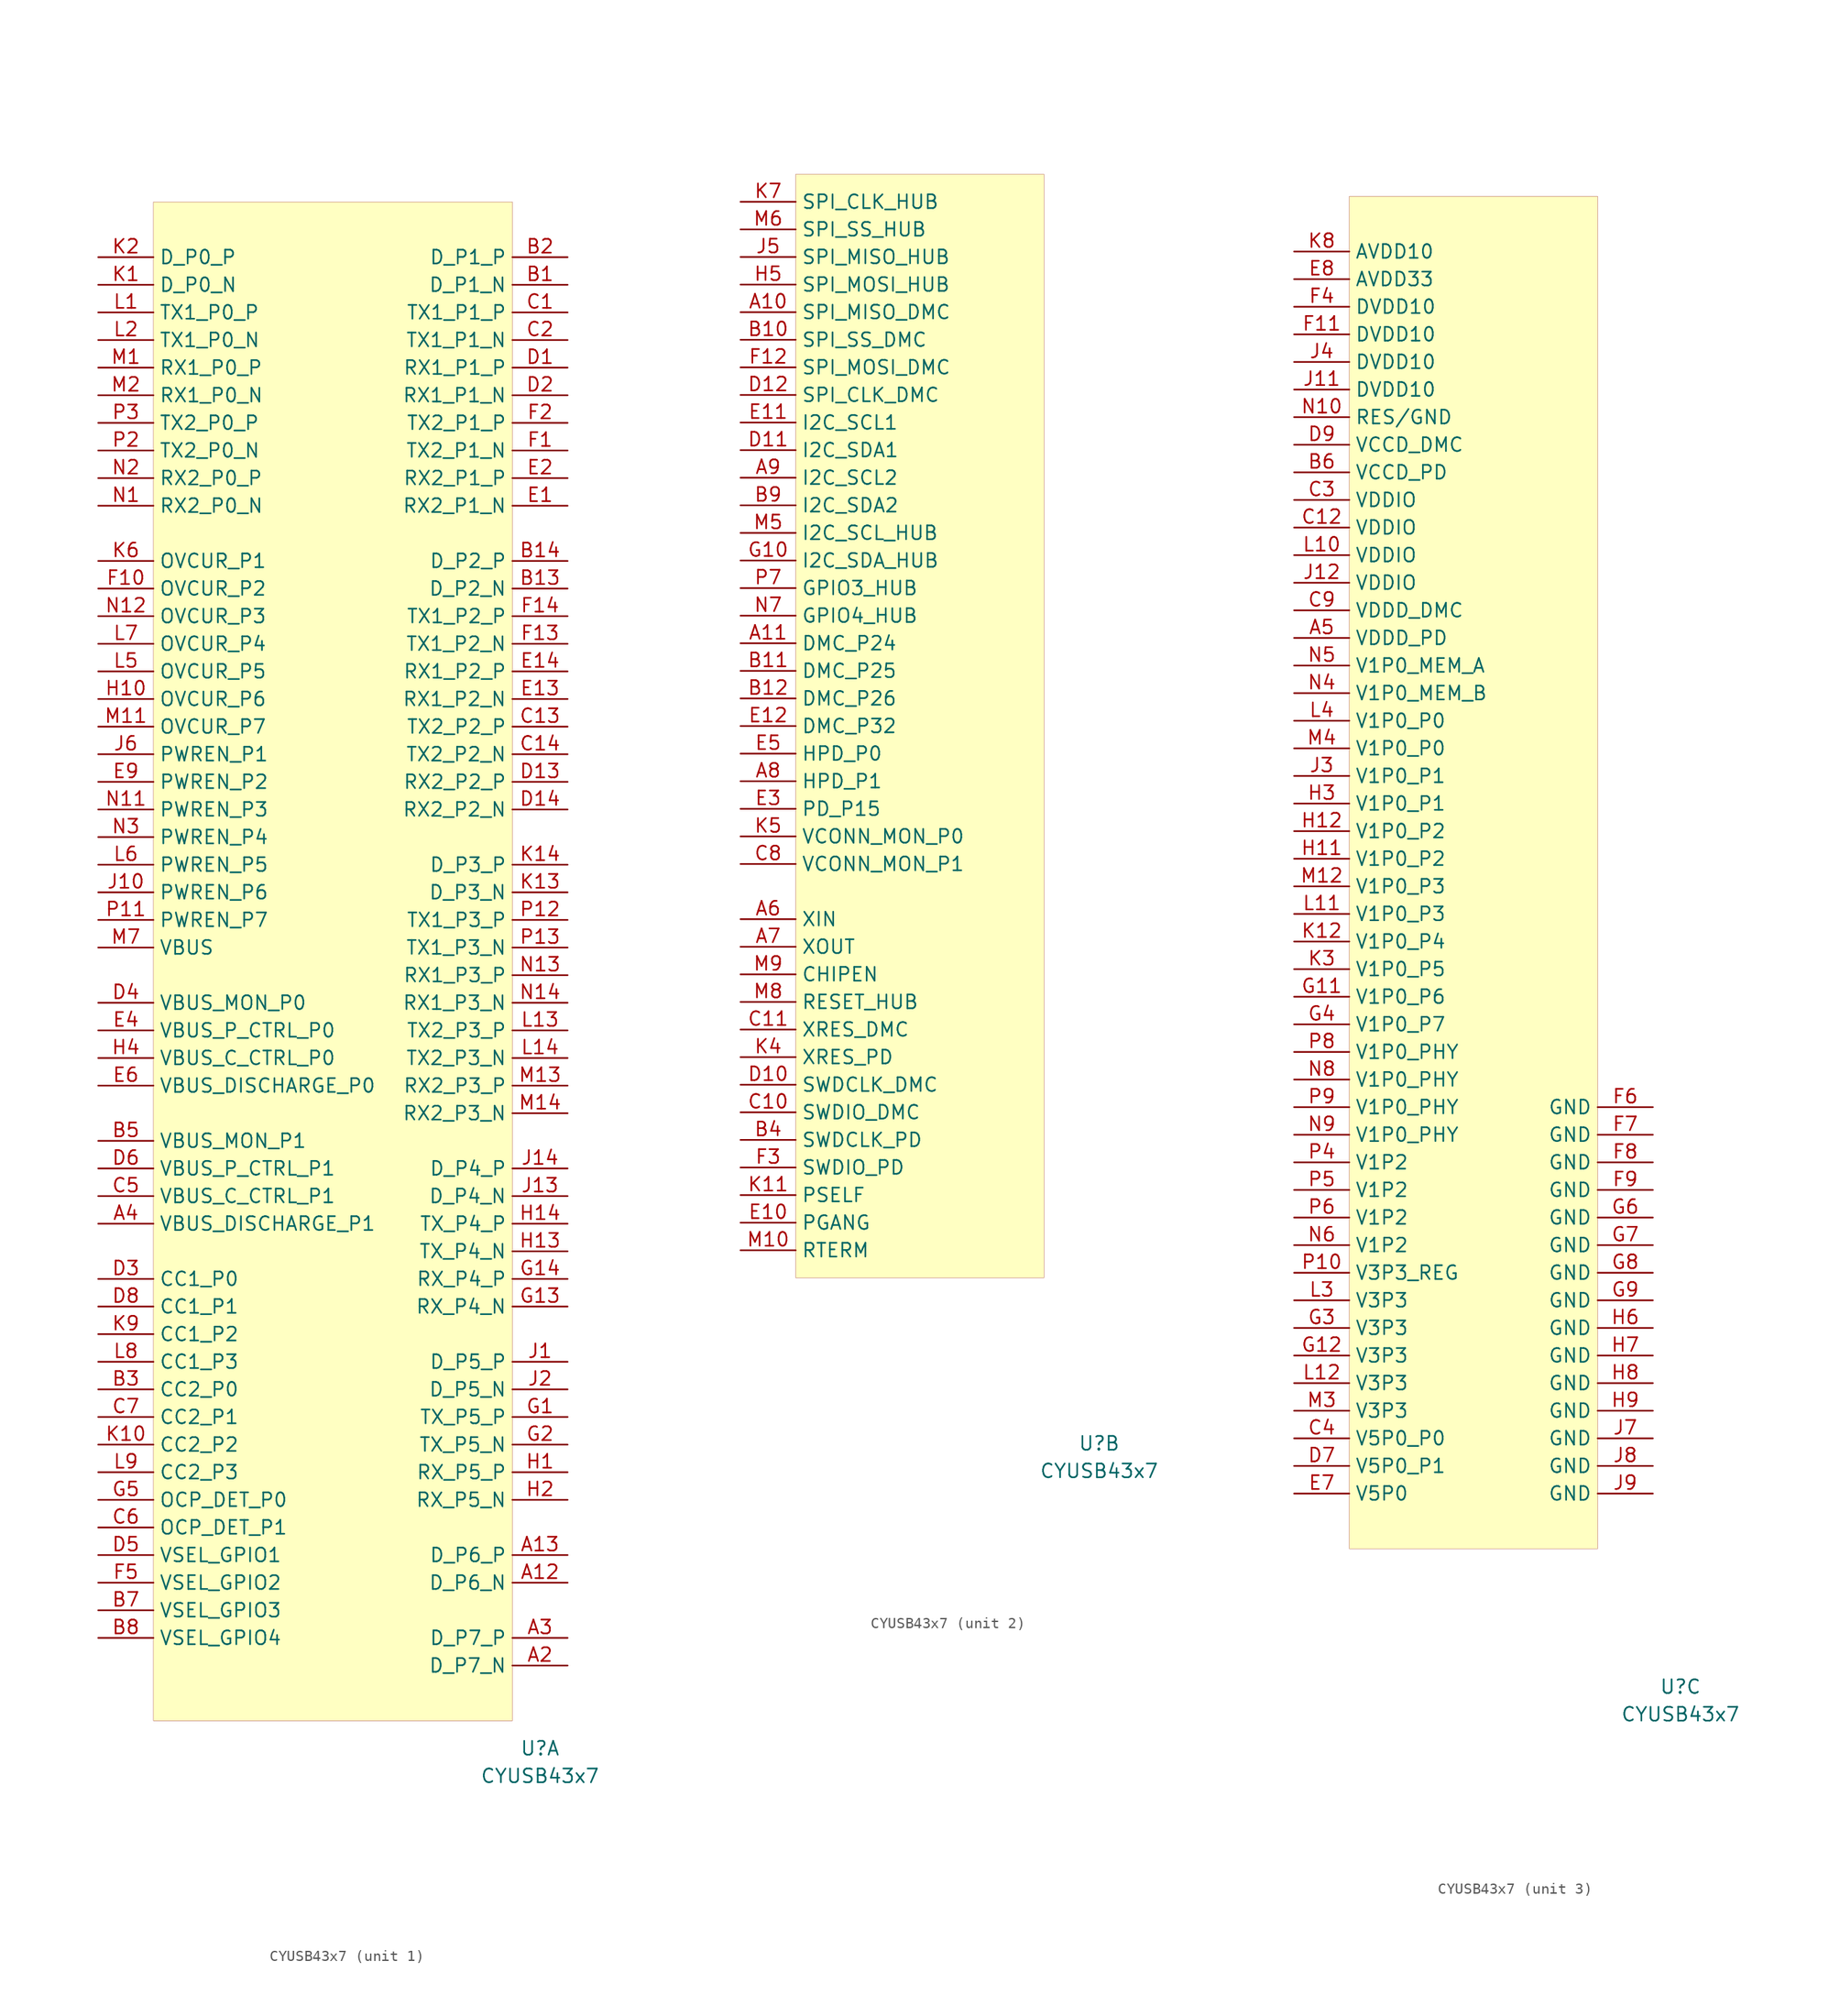
<source format=kicad_sym>
(kicad_symbol_lib
  (version 20210619)
  (generator kicad_symbol_editor)
  (symbol "usb_controller:CYUSB43x7"
    (property "Reference" "U"
      (at 17.78 -71.12 0)
      (effects (font (size 1.27 1.27))))
    (property "Value" "CYUSB43x7"
      (at 17.78 -73.66 0)
      (effects (font (size 1.27 1.27))))
    (property "ki_locked" ""
      (at 0 0 0)
      (effects (font (size 1.27 1.27))))
    (symbol "CYUSB43x7_1_1"
      (rectangle (start -17.78 71.12) (end 15.24 -68.58) (stroke (width 0.001)) (fill (type background)))
      (pin input line (at 20.32 -55.88 180) (length 5.08) (name "D_P6_N" (effects (font (size 1.27 1.27)))) (number "A12" (effects (font (size 1.27 1.27)))))
      (pin input line (at 20.32 -53.34 180) (length 5.08) (name "D_P6_P" (effects (font (size 1.27 1.27)))) (number "A13" (effects (font (size 1.27 1.27)))))
      (pin input line (at 20.32 -63.5 180) (length 5.08) (name "D_P7_N" (effects (font (size 1.27 1.27)))) (number "A2" (effects (font (size 1.27 1.27)))))
      (pin input line (at 20.32 -60.96 180) (length 5.08) (name "D_P7_P" (effects (font (size 1.27 1.27)))) (number "A3" (effects (font (size 1.27 1.27)))))
      (pin input line (at -22.86 -22.86 0) (length 5.08) (name "VBUS_DISCHARGE_P1" (effects (font (size 1.27 1.27)))) (number "A4" (effects (font (size 1.27 1.27)))))
      (pin input line (at 20.32 63.5 180) (length 5.08) (name "D_P1_N" (effects (font (size 1.27 1.27)))) (number "B1" (effects (font (size 1.27 1.27)))))
      (pin input line (at 20.32 35.56 180) (length 5.08) (name "D_P2_N" (effects (font (size 1.27 1.27)))) (number "B13" (effects (font (size 1.27 1.27)))))
      (pin input line (at 20.32 38.1 180) (length 5.08) (name "D_P2_P" (effects (font (size 1.27 1.27)))) (number "B14" (effects (font (size 1.27 1.27)))))
      (pin input line (at 20.32 66.04 180) (length 5.08) (name "D_P1_P" (effects (font (size 1.27 1.27)))) (number "B2" (effects (font (size 1.27 1.27)))))
      (pin input line (at -22.86 -38.1 0) (length 5.08) (name "CC2_P0" (effects (font (size 1.27 1.27)))) (number "B3" (effects (font (size 1.27 1.27)))))
      (pin input line (at -22.86 -15.24 0) (length 5.08) (name "VBUS_MON_P1" (effects (font (size 1.27 1.27)))) (number "B5" (effects (font (size 1.27 1.27)))))
      (pin input line (at -22.86 -58.42 0) (length 5.08) (name "VSEL_GPIO3" (effects (font (size 1.27 1.27)))) (number "B7" (effects (font (size 1.27 1.27)))))
      (pin input line (at -22.86 -60.96 0) (length 5.08) (name "VSEL_GPIO4" (effects (font (size 1.27 1.27)))) (number "B8" (effects (font (size 1.27 1.27)))))
      (pin input line (at 20.32 60.96 180) (length 5.08) (name "TX1_P1_P" (effects (font (size 1.27 1.27)))) (number "C1" (effects (font (size 1.27 1.27)))))
      (pin input line (at 20.32 22.86 180) (length 5.08) (name "TX2_P2_P" (effects (font (size 1.27 1.27)))) (number "C13" (effects (font (size 1.27 1.27)))))
      (pin input line (at 20.32 20.32 180) (length 5.08) (name "TX2_P2_N" (effects (font (size 1.27 1.27)))) (number "C14" (effects (font (size 1.27 1.27)))))
      (pin input line (at 20.32 58.42 180) (length 5.08) (name "TX1_P1_N" (effects (font (size 1.27 1.27)))) (number "C2" (effects (font (size 1.27 1.27)))))
      (pin input line (at -22.86 -20.32 0) (length 5.08) (name "VBUS_C_CTRL_P1" (effects (font (size 1.27 1.27)))) (number "C5" (effects (font (size 1.27 1.27)))))
      (pin input line (at -22.86 -50.8 0) (length 5.08) (name "OCP_DET_P1" (effects (font (size 1.27 1.27)))) (number "C6" (effects (font (size 1.27 1.27)))))
      (pin input line (at -22.86 -40.64 0) (length 5.08) (name "CC2_P1" (effects (font (size 1.27 1.27)))) (number "C7" (effects (font (size 1.27 1.27)))))
      (pin input line (at 20.32 55.88 180) (length 5.08) (name "RX1_P1_P" (effects (font (size 1.27 1.27)))) (number "D1" (effects (font (size 1.27 1.27)))))
      (pin input line (at 20.32 17.78 180) (length 5.08) (name "RX2_P2_P" (effects (font (size 1.27 1.27)))) (number "D13" (effects (font (size 1.27 1.27)))))
      (pin input line (at 20.32 15.24 180) (length 5.08) (name "RX2_P2_N" (effects (font (size 1.27 1.27)))) (number "D14" (effects (font (size 1.27 1.27)))))
      (pin input line (at 20.32 53.34 180) (length 5.08) (name "RX1_P1_N" (effects (font (size 1.27 1.27)))) (number "D2" (effects (font (size 1.27 1.27)))))
      (pin input line (at -22.86 -27.94 0) (length 5.08) (name "CC1_P0" (effects (font (size 1.27 1.27)))) (number "D3" (effects (font (size 1.27 1.27)))))
      (pin input line (at -22.86 -2.54 0) (length 5.08) (name "VBUS_MON_P0" (effects (font (size 1.27 1.27)))) (number "D4" (effects (font (size 1.27 1.27)))))
      (pin input line (at -22.86 -53.34 0) (length 5.08) (name "VSEL_GPIO1" (effects (font (size 1.27 1.27)))) (number "D5" (effects (font (size 1.27 1.27)))))
      (pin input line (at -22.86 -17.78 0) (length 5.08) (name "VBUS_P_CTRL_P1" (effects (font (size 1.27 1.27)))) (number "D6" (effects (font (size 1.27 1.27)))))
      (pin input line (at -22.86 -30.48 0) (length 5.08) (name "CC1_P1" (effects (font (size 1.27 1.27)))) (number "D8" (effects (font (size 1.27 1.27)))))
      (pin input line (at 20.32 43.18 180) (length 5.08) (name "RX2_P1_N" (effects (font (size 1.27 1.27)))) (number "E1" (effects (font (size 1.27 1.27)))))
      (pin input line (at 20.32 25.4 180) (length 5.08) (name "RX1_P2_N" (effects (font (size 1.27 1.27)))) (number "E13" (effects (font (size 1.27 1.27)))))
      (pin input line (at 20.32 27.94 180) (length 5.08) (name "RX1_P2_P" (effects (font (size 1.27 1.27)))) (number "E14" (effects (font (size 1.27 1.27)))))
      (pin input line (at 20.32 45.72 180) (length 5.08) (name "RX2_P1_P" (effects (font (size 1.27 1.27)))) (number "E2" (effects (font (size 1.27 1.27)))))
      (pin input line (at -22.86 -5.08 0) (length 5.08) (name "VBUS_P_CTRL_P0" (effects (font (size 1.27 1.27)))) (number "E4" (effects (font (size 1.27 1.27)))))
      (pin input line (at -22.86 -10.16 0) (length 5.08) (name "VBUS_DISCHARGE_P0" (effects (font (size 1.27 1.27)))) (number "E6" (effects (font (size 1.27 1.27)))))
      (pin input line (at -22.86 17.78 0) (length 5.08) (name "PWREN_P2" (effects (font (size 1.27 1.27)))) (number "E9" (effects (font (size 1.27 1.27)))))
      (pin input line (at 20.32 48.26 180) (length 5.08) (name "TX2_P1_N" (effects (font (size 1.27 1.27)))) (number "F1" (effects (font (size 1.27 1.27)))))
      (pin input line (at -22.86 35.56 0) (length 5.08) (name "OVCUR_P2" (effects (font (size 1.27 1.27)))) (number "F10" (effects (font (size 1.27 1.27)))))
      (pin input line (at 20.32 30.48 180) (length 5.08) (name "TX1_P2_N" (effects (font (size 1.27 1.27)))) (number "F13" (effects (font (size 1.27 1.27)))))
      (pin input line (at 20.32 33.02 180) (length 5.08) (name "TX1_P2_P" (effects (font (size 1.27 1.27)))) (number "F14" (effects (font (size 1.27 1.27)))))
      (pin input line (at 20.32 50.8 180) (length 5.08) (name "TX2_P1_P" (effects (font (size 1.27 1.27)))) (number "F2" (effects (font (size 1.27 1.27)))))
      (pin input line (at -22.86 -55.88 0) (length 5.08) (name "VSEL_GPIO2" (effects (font (size 1.27 1.27)))) (number "F5" (effects (font (size 1.27 1.27)))))
      (pin input line (at 20.32 -40.64 180) (length 5.08) (name "TX_P5_P" (effects (font (size 1.27 1.27)))) (number "G1" (effects (font (size 1.27 1.27)))))
      (pin input line (at 20.32 -30.48 180) (length 5.08) (name "RX_P4_N" (effects (font (size 1.27 1.27)))) (number "G13" (effects (font (size 1.27 1.27)))))
      (pin input line (at 20.32 -27.94 180) (length 5.08) (name "RX_P4_P" (effects (font (size 1.27 1.27)))) (number "G14" (effects (font (size 1.27 1.27)))))
      (pin input line (at 20.32 -43.18 180) (length 5.08) (name "TX_P5_N" (effects (font (size 1.27 1.27)))) (number "G2" (effects (font (size 1.27 1.27)))))
      (pin input line (at -22.86 -48.26 0) (length 5.08) (name "OCP_DET_P0" (effects (font (size 1.27 1.27)))) (number "G5" (effects (font (size 1.27 1.27)))))
      (pin input line (at 20.32 -45.72 180) (length 5.08) (name "RX_P5_P" (effects (font (size 1.27 1.27)))) (number "H1" (effects (font (size 1.27 1.27)))))
      (pin input line (at -22.86 25.4 0) (length 5.08) (name "OVCUR_P6" (effects (font (size 1.27 1.27)))) (number "H10" (effects (font (size 1.27 1.27)))))
      (pin input line (at 20.32 -25.4 180) (length 5.08) (name "TX_P4_N" (effects (font (size 1.27 1.27)))) (number "H13" (effects (font (size 1.27 1.27)))))
      (pin input line (at 20.32 -22.86 180) (length 5.08) (name "TX_P4_P" (effects (font (size 1.27 1.27)))) (number "H14" (effects (font (size 1.27 1.27)))))
      (pin input line (at 20.32 -48.26 180) (length 5.08) (name "RX_P5_N" (effects (font (size 1.27 1.27)))) (number "H2" (effects (font (size 1.27 1.27)))))
      (pin input line (at -22.86 -7.62 0) (length 5.08) (name "VBUS_C_CTRL_P0" (effects (font (size 1.27 1.27)))) (number "H4" (effects (font (size 1.27 1.27)))))
      (pin input line (at 20.32 -35.56 180) (length 5.08) (name "D_P5_P" (effects (font (size 1.27 1.27)))) (number "J1" (effects (font (size 1.27 1.27)))))
      (pin input line (at -22.86 7.62 0) (length 5.08) (name "PWREN_P6" (effects (font (size 1.27 1.27)))) (number "J10" (effects (font (size 1.27 1.27)))))
      (pin input line (at 20.32 -20.32 180) (length 5.08) (name "D_P4_N" (effects (font (size 1.27 1.27)))) (number "J13" (effects (font (size 1.27 1.27)))))
      (pin input line (at 20.32 -17.78 180) (length 5.08) (name "D_P4_P" (effects (font (size 1.27 1.27)))) (number "J14" (effects (font (size 1.27 1.27)))))
      (pin input line (at 20.32 -38.1 180) (length 5.08) (name "D_P5_N" (effects (font (size 1.27 1.27)))) (number "J2" (effects (font (size 1.27 1.27)))))
      (pin input line (at -22.86 20.32 0) (length 5.08) (name "PWREN_P1" (effects (font (size 1.27 1.27)))) (number "J6" (effects (font (size 1.27 1.27)))))
      (pin input line (at -22.86 63.5 0) (length 5.08) (name "D_P0_N" (effects (font (size 1.27 1.27)))) (number "K1" (effects (font (size 1.27 1.27)))))
      (pin input line (at -22.86 -43.18 0) (length 5.08) (name "CC2_P2" (effects (font (size 1.27 1.27)))) (number "K10" (effects (font (size 1.27 1.27)))))
      (pin input line (at 20.32 7.62 180) (length 5.08) (name "D_P3_N" (effects (font (size 1.27 1.27)))) (number "K13" (effects (font (size 1.27 1.27)))))
      (pin input line (at 20.32 10.16 180) (length 5.08) (name "D_P3_P" (effects (font (size 1.27 1.27)))) (number "K14" (effects (font (size 1.27 1.27)))))
      (pin input line (at -22.86 66.04 0) (length 5.08) (name "D_P0_P" (effects (font (size 1.27 1.27)))) (number "K2" (effects (font (size 1.27 1.27)))))
      (pin input line (at -22.86 38.1 0) (length 5.08) (name "OVCUR_P1" (effects (font (size 1.27 1.27)))) (number "K6" (effects (font (size 1.27 1.27)))))
      (pin input line (at -22.86 -33.02 0) (length 5.08) (name "CC1_P2" (effects (font (size 1.27 1.27)))) (number "K9" (effects (font (size 1.27 1.27)))))
      (pin input line (at -22.86 60.96 0) (length 5.08) (name "TX1_P0_P" (effects (font (size 1.27 1.27)))) (number "L1" (effects (font (size 1.27 1.27)))))
      (pin input line (at 20.32 -5.08 180) (length 5.08) (name "TX2_P3_P" (effects (font (size 1.27 1.27)))) (number "L13" (effects (font (size 1.27 1.27)))))
      (pin input line (at 20.32 -7.62 180) (length 5.08) (name "TX2_P3_N" (effects (font (size 1.27 1.27)))) (number "L14" (effects (font (size 1.27 1.27)))))
      (pin input line (at -22.86 58.42 0) (length 5.08) (name "TX1_P0_N" (effects (font (size 1.27 1.27)))) (number "L2" (effects (font (size 1.27 1.27)))))
      (pin input line (at -22.86 27.94 0) (length 5.08) (name "OVCUR_P5" (effects (font (size 1.27 1.27)))) (number "L5" (effects (font (size 1.27 1.27)))))
      (pin input line (at -22.86 10.16 0) (length 5.08) (name "PWREN_P5" (effects (font (size 1.27 1.27)))) (number "L6" (effects (font (size 1.27 1.27)))))
      (pin input line (at -22.86 30.48 0) (length 5.08) (name "OVCUR_P4" (effects (font (size 1.27 1.27)))) (number "L7" (effects (font (size 1.27 1.27)))))
      (pin input line (at -22.86 -35.56 0) (length 5.08) (name "CC1_P3" (effects (font (size 1.27 1.27)))) (number "L8" (effects (font (size 1.27 1.27)))))
      (pin input line (at -22.86 -45.72 0) (length 5.08) (name "CC2_P3" (effects (font (size 1.27 1.27)))) (number "L9" (effects (font (size 1.27 1.27)))))
      (pin input line (at -22.86 55.88 0) (length 5.08) (name "RX1_P0_P" (effects (font (size 1.27 1.27)))) (number "M1" (effects (font (size 1.27 1.27)))))
      (pin input line (at -22.86 22.86 0) (length 5.08) (name "OVCUR_P7" (effects (font (size 1.27 1.27)))) (number "M11" (effects (font (size 1.27 1.27)))))
      (pin input line (at 20.32 -10.16 180) (length 5.08) (name "RX2_P3_P" (effects (font (size 1.27 1.27)))) (number "M13" (effects (font (size 1.27 1.27)))))
      (pin input line (at 20.32 -12.7 180) (length 5.08) (name "RX2_P3_N" (effects (font (size 1.27 1.27)))) (number "M14" (effects (font (size 1.27 1.27)))))
      (pin input line (at -22.86 53.34 0) (length 5.08) (name "RX1_P0_N" (effects (font (size 1.27 1.27)))) (number "M2" (effects (font (size 1.27 1.27)))))
      (pin input line (at -22.86 2.54 0) (length 5.08) (name "VBUS" (effects (font (size 1.27 1.27)))) (number "M7" (effects (font (size 1.27 1.27)))))
      (pin input line (at -22.86 43.18 0) (length 5.08) (name "RX2_P0_N" (effects (font (size 1.27 1.27)))) (number "N1" (effects (font (size 1.27 1.27)))))
      (pin input line (at -22.86 15.24 0) (length 5.08) (name "PWREN_P3" (effects (font (size 1.27 1.27)))) (number "N11" (effects (font (size 1.27 1.27)))))
      (pin input line (at -22.86 33.02 0) (length 5.08) (name "OVCUR_P3" (effects (font (size 1.27 1.27)))) (number "N12" (effects (font (size 1.27 1.27)))))
      (pin input line (at 20.32 0 180) (length 5.08) (name "RX1_P3_P" (effects (font (size 1.27 1.27)))) (number "N13" (effects (font (size 1.27 1.27)))))
      (pin input line (at 20.32 -2.54 180) (length 5.08) (name "RX1_P3_N" (effects (font (size 1.27 1.27)))) (number "N14" (effects (font (size 1.27 1.27)))))
      (pin input line (at -22.86 45.72 0) (length 5.08) (name "RX2_P0_P" (effects (font (size 1.27 1.27)))) (number "N2" (effects (font (size 1.27 1.27)))))
      (pin input line (at -22.86 12.7 0) (length 5.08) (name "PWREN_P4" (effects (font (size 1.27 1.27)))) (number "N3" (effects (font (size 1.27 1.27)))))
      (pin input line (at -22.86 5.08 0) (length 5.08) (name "PWREN_P7" (effects (font (size 1.27 1.27)))) (number "P11" (effects (font (size 1.27 1.27)))))
      (pin input line (at 20.32 5.08 180) (length 5.08) (name "TX1_P3_P" (effects (font (size 1.27 1.27)))) (number "P12" (effects (font (size 1.27 1.27)))))
      (pin input line (at 20.32 2.54 180) (length 5.08) (name "TX1_P3_N" (effects (font (size 1.27 1.27)))) (number "P13" (effects (font (size 1.27 1.27)))))
      (pin input line (at -22.86 48.26 0) (length 5.08) (name "TX2_P0_N" (effects (font (size 1.27 1.27)))) (number "P2" (effects (font (size 1.27 1.27)))))
      (pin input line (at -22.86 50.8 0) (length 5.08) (name "TX2_P0_P" (effects (font (size 1.27 1.27)))) (number "P3" (effects (font (size 1.27 1.27))))))
    (symbol "CYUSB43x7_2_1"
      (rectangle (start -10.16 45.72) (end 12.7 -55.88) (stroke (width 0.001)) (fill (type background)))
      (pin input line (at -15.24 33.02 0) (length 5.08) (name "SPI_MISO_DMC" (effects (font (size 1.27 1.27)))) (number "A10" (effects (font (size 1.27 1.27)))))
      (pin input line (at -15.24 2.54 0) (length 5.08) (name "DMC_P24" (effects (font (size 1.27 1.27)))) (number "A11" (effects (font (size 1.27 1.27)))))
      (pin input line (at -15.24 -22.86 0) (length 5.08) (name "XIN" (effects (font (size 1.27 1.27)))) (number "A6" (effects (font (size 1.27 1.27)))))
      (pin input line (at -15.24 -25.4 0) (length 5.08) (name "XOUT" (effects (font (size 1.27 1.27)))) (number "A7" (effects (font (size 1.27 1.27)))))
      (pin input line (at -15.24 -10.16 0) (length 5.08) (name "HPD_P1" (effects (font (size 1.27 1.27)))) (number "A8" (effects (font (size 1.27 1.27)))))
      (pin input line (at -15.24 17.78 0) (length 5.08) (name "I2C_SCL2" (effects (font (size 1.27 1.27)))) (number "A9" (effects (font (size 1.27 1.27)))))
      (pin input line (at -15.24 30.48 0) (length 5.08) (name "SPI_SS_DMC" (effects (font (size 1.27 1.27)))) (number "B10" (effects (font (size 1.27 1.27)))))
      (pin input line (at -15.24 0 0) (length 5.08) (name "DMC_P25" (effects (font (size 1.27 1.27)))) (number "B11" (effects (font (size 1.27 1.27)))))
      (pin input line (at -15.24 -2.54 0) (length 5.08) (name "DMC_P26" (effects (font (size 1.27 1.27)))) (number "B12" (effects (font (size 1.27 1.27)))))
      (pin input line (at -15.24 -43.18 0) (length 5.08) (name "SWDCLK_PD" (effects (font (size 1.27 1.27)))) (number "B4" (effects (font (size 1.27 1.27)))))
      (pin input line (at -15.24 15.24 0) (length 5.08) (name "I2C_SDA2" (effects (font (size 1.27 1.27)))) (number "B9" (effects (font (size 1.27 1.27)))))
      (pin input line (at -15.24 -40.64 0) (length 5.08) (name "SWDIO_DMC" (effects (font (size 1.27 1.27)))) (number "C10" (effects (font (size 1.27 1.27)))))
      (pin input line (at -15.24 -33.02 0) (length 5.08) (name "XRES_DMC" (effects (font (size 1.27 1.27)))) (number "C11" (effects (font (size 1.27 1.27)))))
      (pin input line (at -15.24 -17.78 0) (length 5.08) (name "VCONN_MON_P1" (effects (font (size 1.27 1.27)))) (number "C8" (effects (font (size 1.27 1.27)))))
      (pin input line (at -15.24 -38.1 0) (length 5.08) (name "SWDCLK_DMC" (effects (font (size 1.27 1.27)))) (number "D10" (effects (font (size 1.27 1.27)))))
      (pin input line (at -15.24 20.32 0) (length 5.08) (name "I2C_SDA1" (effects (font (size 1.27 1.27)))) (number "D11" (effects (font (size 1.27 1.27)))))
      (pin input line (at -15.24 25.4 0) (length 5.08) (name "SPI_CLK_DMC" (effects (font (size 1.27 1.27)))) (number "D12" (effects (font (size 1.27 1.27)))))
      (pin input line (at -15.24 -50.8 0) (length 5.08) (name "PGANG" (effects (font (size 1.27 1.27)))) (number "E10" (effects (font (size 1.27 1.27)))))
      (pin input line (at -15.24 22.86 0) (length 5.08) (name "I2C_SCL1" (effects (font (size 1.27 1.27)))) (number "E11" (effects (font (size 1.27 1.27)))))
      (pin input line (at -15.24 -5.08 0) (length 5.08) (name "DMC_P32" (effects (font (size 1.27 1.27)))) (number "E12" (effects (font (size 1.27 1.27)))))
      (pin input line (at -15.24 -12.7 0) (length 5.08) (name "PD_P15" (effects (font (size 1.27 1.27)))) (number "E3" (effects (font (size 1.27 1.27)))))
      (pin input line (at -15.24 -7.62 0) (length 5.08) (name "HPD_P0" (effects (font (size 1.27 1.27)))) (number "E5" (effects (font (size 1.27 1.27)))))
      (pin input line (at -15.24 27.94 0) (length 5.08) (name "SPI_MOSI_DMC" (effects (font (size 1.27 1.27)))) (number "F12" (effects (font (size 1.27 1.27)))))
      (pin input line (at -15.24 -45.72 0) (length 5.08) (name "SWDIO_PD" (effects (font (size 1.27 1.27)))) (number "F3" (effects (font (size 1.27 1.27)))))
      (pin input line (at -15.24 10.16 0) (length 5.08) (name "I2C_SDA_HUB" (effects (font (size 1.27 1.27)))) (number "G10" (effects (font (size 1.27 1.27)))))
      (pin input line (at -15.24 35.56 0) (length 5.08) (name "SPI_MOSI_HUB" (effects (font (size 1.27 1.27)))) (number "H5" (effects (font (size 1.27 1.27)))))
      (pin input line (at -15.24 38.1 0) (length 5.08) (name "SPI_MISO_HUB" (effects (font (size 1.27 1.27)))) (number "J5" (effects (font (size 1.27 1.27)))))
      (pin input line (at -15.24 -48.26 0) (length 5.08) (name "PSELF" (effects (font (size 1.27 1.27)))) (number "K11" (effects (font (size 1.27 1.27)))))
      (pin input line (at -15.24 -35.56 0) (length 5.08) (name "XRES_PD" (effects (font (size 1.27 1.27)))) (number "K4" (effects (font (size 1.27 1.27)))))
      (pin input line (at -15.24 -15.24 0) (length 5.08) (name "VCONN_MON_P0" (effects (font (size 1.27 1.27)))) (number "K5" (effects (font (size 1.27 1.27)))))
      (pin input line (at -15.24 43.18 0) (length 5.08) (name "SPI_CLK_HUB" (effects (font (size 1.27 1.27)))) (number "K7" (effects (font (size 1.27 1.27)))))
      (pin input line (at -15.24 -53.34 0) (length 5.08) (name "RTERM" (effects (font (size 1.27 1.27)))) (number "M10" (effects (font (size 1.27 1.27)))))
      (pin input line (at -15.24 12.7 0) (length 5.08) (name "I2C_SCL_HUB" (effects (font (size 1.27 1.27)))) (number "M5" (effects (font (size 1.27 1.27)))))
      (pin input line (at -15.24 40.64 0) (length 5.08) (name "SPI_SS_HUB" (effects (font (size 1.27 1.27)))) (number "M6" (effects (font (size 1.27 1.27)))))
      (pin input line (at -15.24 -30.48 0) (length 5.08) (name "RESET_HUB" (effects (font (size 1.27 1.27)))) (number "M8" (effects (font (size 1.27 1.27)))))
      (pin input line (at -15.24 -27.94 0) (length 5.08) (name "CHIPEN" (effects (font (size 1.27 1.27)))) (number "M9" (effects (font (size 1.27 1.27)))))
      (pin input line (at -15.24 5.08 0) (length 5.08) (name "GPIO4_HUB" (effects (font (size 1.27 1.27)))) (number "N7" (effects (font (size 1.27 1.27)))))
      (pin input line (at -15.24 7.62 0) (length 5.08) (name "GPIO3_HUB" (effects (font (size 1.27 1.27)))) (number "P7" (effects (font (size 1.27 1.27))))))
    (symbol "CYUSB43x7_3_1"
      (rectangle (start -12.7 66.04) (end 10.16 -58.42) (stroke (width 0.001)) (fill (type background)))
      (pin input line (at -17.78 25.4 0) (length 5.08) (name "VDDD_PD" (effects (font (size 1.27 1.27)))) (number "A5" (effects (font (size 1.27 1.27)))))
      (pin input line (at -17.78 40.64 0) (length 5.08) (name "VCCD_PD" (effects (font (size 1.27 1.27)))) (number "B6" (effects (font (size 1.27 1.27)))))
      (pin input line (at -17.78 35.56 0) (length 5.08) (name "VDDIO" (effects (font (size 1.27 1.27)))) (number "C12" (effects (font (size 1.27 1.27)))))
      (pin input line (at -17.78 38.1 0) (length 5.08) (name "VDDIO" (effects (font (size 1.27 1.27)))) (number "C3" (effects (font (size 1.27 1.27)))))
      (pin input line (at -17.78 -48.26 0) (length 5.08) (name "V5P0_P0" (effects (font (size 1.27 1.27)))) (number "C4" (effects (font (size 1.27 1.27)))))
      (pin input line (at -17.78 27.94 0) (length 5.08) (name "VDDD_DMC" (effects (font (size 1.27 1.27)))) (number "C9" (effects (font (size 1.27 1.27)))))
      (pin input line (at -17.78 -50.8 0) (length 5.08) (name "V5P0_P1" (effects (font (size 1.27 1.27)))) (number "D7" (effects (font (size 1.27 1.27)))))
      (pin input line (at -17.78 43.18 0) (length 5.08) (name "VCCD_DMC" (effects (font (size 1.27 1.27)))) (number "D9" (effects (font (size 1.27 1.27)))))
      (pin input line (at -17.78 -53.34 0) (length 5.08) (name "V5P0" (effects (font (size 1.27 1.27)))) (number "E7" (effects (font (size 1.27 1.27)))))
      (pin input line (at -17.78 58.42 0) (length 5.08) (name "AVDD33" (effects (font (size 1.27 1.27)))) (number "E8" (effects (font (size 1.27 1.27)))))
      (pin input line (at -17.78 53.34 0) (length 5.08) (name "DVDD10" (effects (font (size 1.27 1.27)))) (number "F11" (effects (font (size 1.27 1.27)))))
      (pin input line (at -17.78 55.88 0) (length 5.08) (name "DVDD10" (effects (font (size 1.27 1.27)))) (number "F4" (effects (font (size 1.27 1.27)))))
      (pin input line (at 15.24 -17.78 180) (length 5.08) (name "GND" (effects (font (size 1.27 1.27)))) (number "F6" (effects (font (size 1.27 1.27)))))
      (pin input line (at 15.24 -20.32 180) (length 5.08) (name "GND" (effects (font (size 1.27 1.27)))) (number "F7" (effects (font (size 1.27 1.27)))))
      (pin input line (at 15.24 -22.86 180) (length 5.08) (name "GND" (effects (font (size 1.27 1.27)))) (number "F8" (effects (font (size 1.27 1.27)))))
      (pin input line (at 15.24 -25.4 180) (length 5.08) (name "GND" (effects (font (size 1.27 1.27)))) (number "F9" (effects (font (size 1.27 1.27)))))
      (pin input line (at -17.78 -7.62 0) (length 5.08) (name "V1P0_P6" (effects (font (size 1.27 1.27)))) (number "G11" (effects (font (size 1.27 1.27)))))
      (pin input line (at -17.78 -40.64 0) (length 5.08) (name "V3P3" (effects (font (size 1.27 1.27)))) (number "G12" (effects (font (size 1.27 1.27)))))
      (pin input line (at -17.78 -38.1 0) (length 5.08) (name "V3P3" (effects (font (size 1.27 1.27)))) (number "G3" (effects (font (size 1.27 1.27)))))
      (pin input line (at -17.78 -10.16 0) (length 5.08) (name "V1P0_P7" (effects (font (size 1.27 1.27)))) (number "G4" (effects (font (size 1.27 1.27)))))
      (pin input line (at 15.24 -27.94 180) (length 5.08) (name "GND" (effects (font (size 1.27 1.27)))) (number "G6" (effects (font (size 1.27 1.27)))))
      (pin input line (at 15.24 -30.48 180) (length 5.08) (name "GND" (effects (font (size 1.27 1.27)))) (number "G7" (effects (font (size 1.27 1.27)))))
      (pin input line (at 15.24 -33.02 180) (length 5.08) (name "GND" (effects (font (size 1.27 1.27)))) (number "G8" (effects (font (size 1.27 1.27)))))
      (pin input line (at 15.24 -35.56 180) (length 5.08) (name "GND" (effects (font (size 1.27 1.27)))) (number "G9" (effects (font (size 1.27 1.27)))))
      (pin input line (at -17.78 5.08 0) (length 5.08) (name "V1P0_P2" (effects (font (size 1.27 1.27)))) (number "H11" (effects (font (size 1.27 1.27)))))
      (pin input line (at -17.78 7.62 0) (length 5.08) (name "V1P0_P2" (effects (font (size 1.27 1.27)))) (number "H12" (effects (font (size 1.27 1.27)))))
      (pin input line (at -17.78 10.16 0) (length 5.08) (name "V1P0_P1" (effects (font (size 1.27 1.27)))) (number "H3" (effects (font (size 1.27 1.27)))))
      (pin input line (at 15.24 -38.1 180) (length 5.08) (name "GND" (effects (font (size 1.27 1.27)))) (number "H6" (effects (font (size 1.27 1.27)))))
      (pin input line (at 15.24 -40.64 180) (length 5.08) (name "GND" (effects (font (size 1.27 1.27)))) (number "H7" (effects (font (size 1.27 1.27)))))
      (pin input line (at 15.24 -43.18 180) (length 5.08) (name "GND" (effects (font (size 1.27 1.27)))) (number "H8" (effects (font (size 1.27 1.27)))))
      (pin input line (at 15.24 -45.72 180) (length 5.08) (name "GND" (effects (font (size 1.27 1.27)))) (number "H9" (effects (font (size 1.27 1.27)))))
      (pin input line (at -17.78 48.26 0) (length 5.08) (name "DVDD10" (effects (font (size 1.27 1.27)))) (number "J11" (effects (font (size 1.27 1.27)))))
      (pin input line (at -17.78 30.48 0) (length 5.08) (name "VDDIO" (effects (font (size 1.27 1.27)))) (number "J12" (effects (font (size 1.27 1.27)))))
      (pin input line (at -17.78 12.7 0) (length 5.08) (name "V1P0_P1" (effects (font (size 1.27 1.27)))) (number "J3" (effects (font (size 1.27 1.27)))))
      (pin input line (at -17.78 50.8 0) (length 5.08) (name "DVDD10" (effects (font (size 1.27 1.27)))) (number "J4" (effects (font (size 1.27 1.27)))))
      (pin input line (at 15.24 -48.26 180) (length 5.08) (name "GND" (effects (font (size 1.27 1.27)))) (number "J7" (effects (font (size 1.27 1.27)))))
      (pin input line (at 15.24 -50.8 180) (length 5.08) (name "GND" (effects (font (size 1.27 1.27)))) (number "J8" (effects (font (size 1.27 1.27)))))
      (pin input line (at 15.24 -53.34 180) (length 5.08) (name "GND" (effects (font (size 1.27 1.27)))) (number "J9" (effects (font (size 1.27 1.27)))))
      (pin input line (at -17.78 -2.54 0) (length 5.08) (name "V1P0_P4" (effects (font (size 1.27 1.27)))) (number "K12" (effects (font (size 1.27 1.27)))))
      (pin input line (at -17.78 -5.08 0) (length 5.08) (name "V1P0_P5" (effects (font (size 1.27 1.27)))) (number "K3" (effects (font (size 1.27 1.27)))))
      (pin input line (at -17.78 60.96 0) (length 5.08) (name "AVDD10" (effects (font (size 1.27 1.27)))) (number "K8" (effects (font (size 1.27 1.27)))))
      (pin input line (at -17.78 33.02 0) (length 5.08) (name "VDDIO" (effects (font (size 1.27 1.27)))) (number "L10" (effects (font (size 1.27 1.27)))))
      (pin input line (at -17.78 0 0) (length 5.08) (name "V1P0_P3" (effects (font (size 1.27 1.27)))) (number "L11" (effects (font (size 1.27 1.27)))))
      (pin input line (at -17.78 -43.18 0) (length 5.08) (name "V3P3" (effects (font (size 1.27 1.27)))) (number "L12" (effects (font (size 1.27 1.27)))))
      (pin input line (at -17.78 -35.56 0) (length 5.08) (name "V3P3" (effects (font (size 1.27 1.27)))) (number "L3" (effects (font (size 1.27 1.27)))))
      (pin input line (at -17.78 17.78 0) (length 5.08) (name "V1P0_P0" (effects (font (size 1.27 1.27)))) (number "L4" (effects (font (size 1.27 1.27)))))
      (pin input line (at -17.78 2.54 0) (length 5.08) (name "V1P0_P3" (effects (font (size 1.27 1.27)))) (number "M12" (effects (font (size 1.27 1.27)))))
      (pin input line (at -17.78 -45.72 0) (length 5.08) (name "V3P3" (effects (font (size 1.27 1.27)))) (number "M3" (effects (font (size 1.27 1.27)))))
      (pin input line (at -17.78 15.24 0) (length 5.08) (name "V1P0_P0" (effects (font (size 1.27 1.27)))) (number "M4" (effects (font (size 1.27 1.27)))))
      (pin input line (at -17.78 45.72 0) (length 5.08) (name "RES/GND" (effects (font (size 1.27 1.27)))) (number "N10" (effects (font (size 1.27 1.27)))))
      (pin input line (at -17.78 20.32 0) (length 5.08) (name "V1P0_MEM_B" (effects (font (size 1.27 1.27)))) (number "N4" (effects (font (size 1.27 1.27)))))
      (pin input line (at -17.78 22.86 0) (length 5.08) (name "V1P0_MEM_A" (effects (font (size 1.27 1.27)))) (number "N5" (effects (font (size 1.27 1.27)))))
      (pin input line (at -17.78 -30.48 0) (length 5.08) (name "V1P2" (effects (font (size 1.27 1.27)))) (number "N6" (effects (font (size 1.27 1.27)))))
      (pin input line (at -17.78 -15.24 0) (length 5.08) (name "V1P0_PHY" (effects (font (size 1.27 1.27)))) (number "N8" (effects (font (size 1.27 1.27)))))
      (pin input line (at -17.78 -20.32 0) (length 5.08) (name "V1P0_PHY" (effects (font (size 1.27 1.27)))) (number "N9" (effects (font (size 1.27 1.27)))))
      (pin input line (at -17.78 -33.02 0) (length 5.08) (name "V3P3_REG" (effects (font (size 1.27 1.27)))) (number "P10" (effects (font (size 1.27 1.27)))))
      (pin input line (at -17.78 -22.86 0) (length 5.08) (name "V1P2" (effects (font (size 1.27 1.27)))) (number "P4" (effects (font (size 1.27 1.27)))))
      (pin input line (at -17.78 -25.4 0) (length 5.08) (name "V1P2" (effects (font (size 1.27 1.27)))) (number "P5" (effects (font (size 1.27 1.27)))))
      (pin input line (at -17.78 -27.94 0) (length 5.08) (name "V1P2" (effects (font (size 1.27 1.27)))) (number "P6" (effects (font (size 1.27 1.27)))))
      (pin input line (at -17.78 -12.7 0) (length 5.08) (name "V1P0_PHY" (effects (font (size 1.27 1.27)))) (number "P8" (effects (font (size 1.27 1.27)))))
      (pin input line (at -17.78 -17.78 0) (length 5.08) (name "V1P0_PHY" (effects (font (size 1.27 1.27)))) (number "P9" (effects (font (size 1.27 1.27))))))))
</source>
